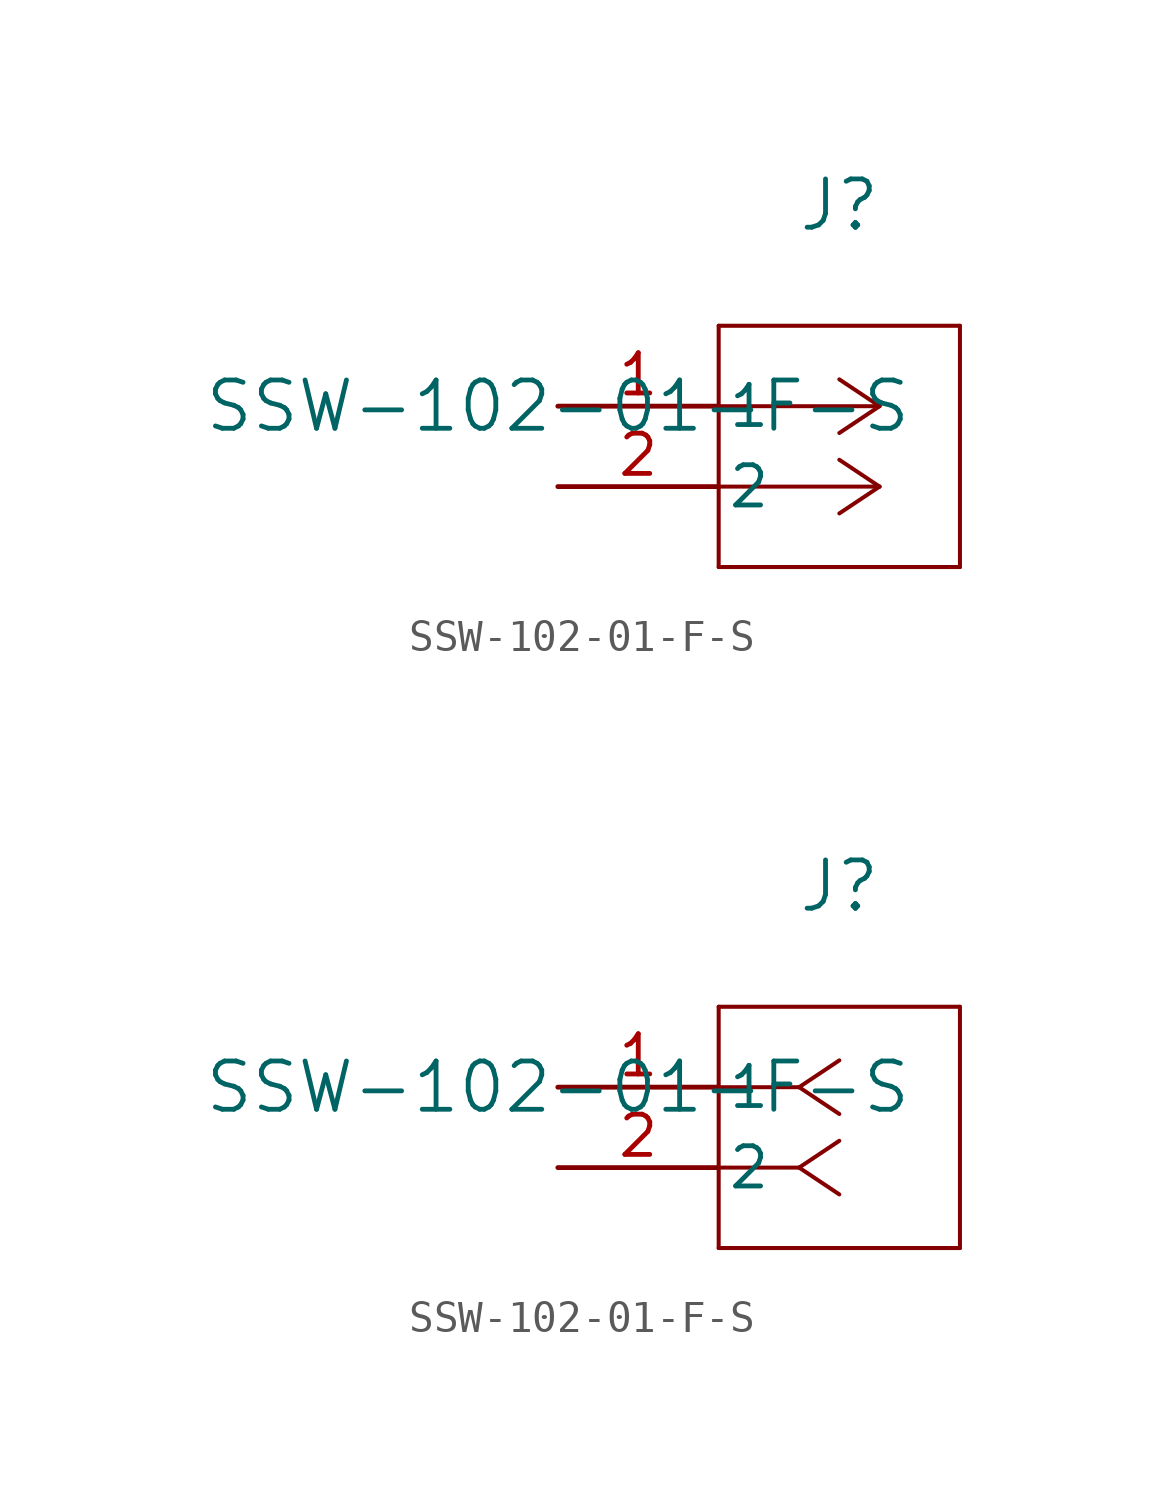
<source format=kicad_sym>
(kicad_symbol_lib
  (version 20231120)
  (generator "kicad_symbol_editor")
  (generator_version "8.0")
  (symbol "SSW-102-01-F-S"
    (pin_names
      (offset 0.254))
    (property "Reference" "J"
      (at 8.89 6.35 0)
      (effects (font (size 1.524 1.524))))
    (property "Value" "SSW-102-01-F-S"
      (at 0 0 0)
      (effects (font (size 1.524 1.524))))
    (property "ki_locked" ""
      (at 0 0 0)
      (effects (font (size 1.27 1.27))))
    (symbol "SSW-102-01-F-S_1_1"
      (polyline (pts (xy 5.08 -5.08) (xy 12.7 -5.08)) (stroke (width 0.127) (type default)) (fill (type none)))
      (polyline (pts (xy 5.08 2.54) (xy 5.08 -5.08)) (stroke (width 0.127) (type default)) (fill (type none)))
      (polyline (pts (xy 10.16 -2.54) (xy 5.08 -2.54)) (stroke (width 0.127) (type default)) (fill (type none)))
      (polyline (pts (xy 10.16 -2.54) (xy 8.89 -3.387)) (stroke (width 0.127) (type default)) (fill (type none)))
      (polyline (pts (xy 10.16 -2.54) (xy 8.89 -1.693)) (stroke (width 0.127) (type default)) (fill (type none)))
      (polyline (pts (xy 10.16 0) (xy 5.08 0)) (stroke (width 0.127) (type default)) (fill (type none)))
      (polyline (pts (xy 10.16 0) (xy 8.89 -0.847)) (stroke (width 0.127) (type default)) (fill (type none)))
      (polyline (pts (xy 10.16 0) (xy 8.89 0.847)) (stroke (width 0.127) (type default)) (fill (type none)))
      (polyline (pts (xy 12.7 -5.08) (xy 12.7 2.54)) (stroke (width 0.127) (type default)) (fill (type none)))
      (polyline (pts (xy 12.7 2.54) (xy 5.08 2.54)) (stroke (width 0.127) (type default)) (fill (type none)))
      (pin unspecified line (at 0 0 0) (length 5.08) (name "1" (effects (font (size 1.27 1.27)))) (number "1" (effects (font (size 1.27 1.27)))))
      (pin unspecified line (at 0 -2.54 0) (length 5.08) (name "2" (effects (font (size 1.27 1.27)))) (number "2" (effects (font (size 1.27 1.27))))))
    (symbol "SSW-102-01-F-S_1_2"
      (polyline (pts (xy 5.08 -5.08) (xy 12.7 -5.08)) (stroke (width 0.127) (type default)) (fill (type none)))
      (polyline (pts (xy 5.08 2.54) (xy 5.08 -5.08)) (stroke (width 0.127) (type default)) (fill (type none)))
      (polyline (pts (xy 7.62 -2.54) (xy 5.08 -2.54)) (stroke (width 0.127) (type default)) (fill (type none)))
      (polyline (pts (xy 7.62 -2.54) (xy 8.89 -3.387)) (stroke (width 0.127) (type default)) (fill (type none)))
      (polyline (pts (xy 7.62 -2.54) (xy 8.89 -1.693)) (stroke (width 0.127) (type default)) (fill (type none)))
      (polyline (pts (xy 7.62 0) (xy 5.08 0)) (stroke (width 0.127) (type default)) (fill (type none)))
      (polyline (pts (xy 7.62 0) (xy 8.89 -0.847)) (stroke (width 0.127) (type default)) (fill (type none)))
      (polyline (pts (xy 7.62 0) (xy 8.89 0.847)) (stroke (width 0.127) (type default)) (fill (type none)))
      (polyline (pts (xy 12.7 -5.08) (xy 12.7 2.54)) (stroke (width 0.127) (type default)) (fill (type none)))
      (polyline (pts (xy 12.7 2.54) (xy 5.08 2.54)) (stroke (width 0.127) (type default)) (fill (type none)))
      (pin unspecified line (at 0 0 0) (length 5.08) (name "1" (effects (font (size 1.27 1.27)))) (number "1" (effects (font (size 1.27 1.27)))))
      (pin unspecified line (at 0 -2.54 0) (length 5.08) (name "2" (effects (font (size 1.27 1.27)))) (number "2" (effects (font (size 1.27 1.27))))))))
</source>
